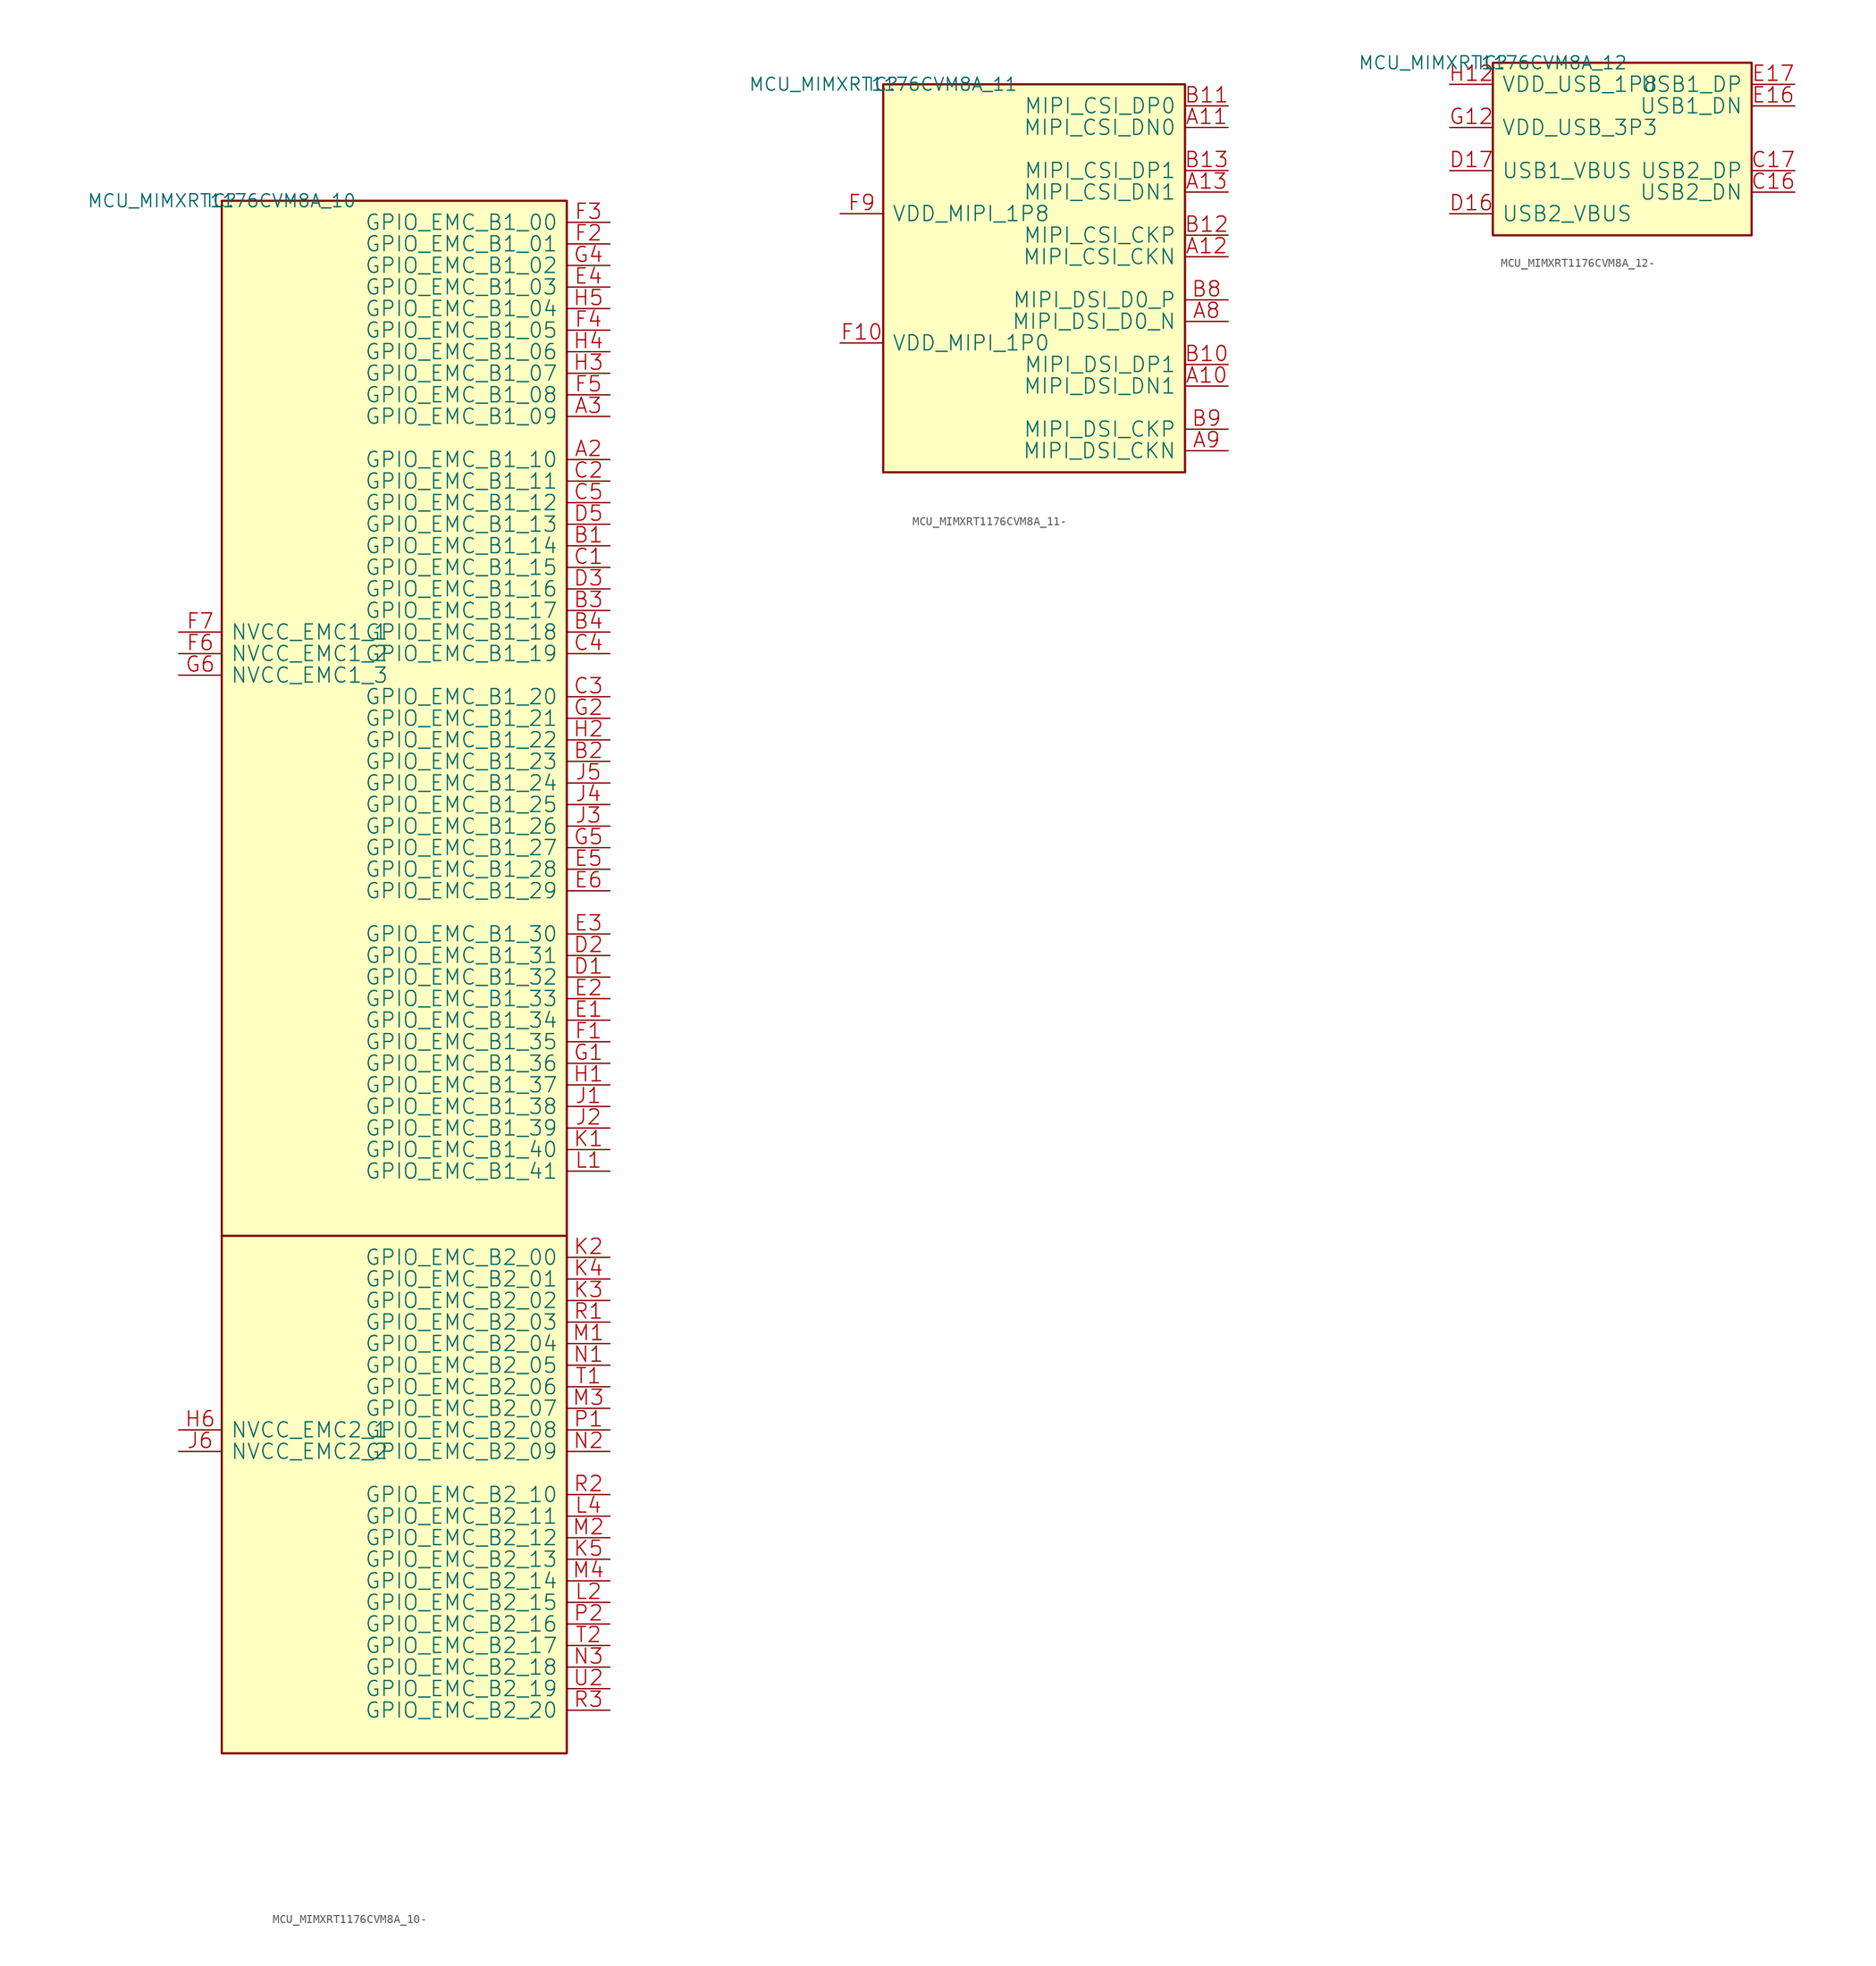
<source format=kicad_sym>
(kicad_symbol_lib
  (version 20231120)
  (generator "kicad_symbol_editor")
  (generator_version "8.0")
  (symbol "MCU_MIMXRT1176CVM8A_10-"
    (pin_names
      (offset 1.016))
    (property "Reference" "IC"
      (at 0 0 0)
      (effects (font (size 1.524 1.524))))
    (property "Value" "MCU_MIMXRT1176CVM8A_10"
      (at 0 0 0)
      (effects (font (size 1.524 1.524))))
    (property "Footprint" ""
      (at 0 0 0)
      (effects (font (size 1.524 1.524))))
    (property "Datasheet" ""
      (at 0 0 0)
      (effects (font (size 1.524 1.524))))
    (symbol "MCU_MIMXRT1176CVM8A_10-_0_1"
      (rectangle (start 0 -182.88) (end 40.64 0) (stroke (width 0.254) (type solid)) (fill (type background)))
      (polyline (pts (xy 40.64 -121.92) (xy 0 -121.92)) (stroke (width 0.254) (type solid)) (fill (type none)))
      (pin bidirectional line (at 45.72 -30.48 180) (length 5.08) (name "GPIO_EMC_B1_10" (effects (font (size 1.778 1.778)))) (number "A2" (effects (font (size 1.778 1.778)))))
      (pin bidirectional line (at 45.72 -25.4 180) (length 5.08) (name "GPIO_EMC_B1_09" (effects (font (size 1.778 1.778)))) (number "A3" (effects (font (size 1.778 1.778)))))
      (pin bidirectional line (at 45.72 -40.64 180) (length 5.08) (name "GPIO_EMC_B1_14" (effects (font (size 1.778 1.778)))) (number "B1" (effects (font (size 1.778 1.778)))))
      (pin bidirectional line (at 45.72 -66.04 180) (length 5.08) (name "GPIO_EMC_B1_23" (effects (font (size 1.778 1.778)))) (number "B2" (effects (font (size 1.778 1.778)))))
      (pin bidirectional line (at 45.72 -48.26 180) (length 5.08) (name "GPIO_EMC_B1_17" (effects (font (size 1.778 1.778)))) (number "B3" (effects (font (size 1.778 1.778)))))
      (pin bidirectional line (at 45.72 -50.8 180) (length 5.08) (name "GPIO_EMC_B1_18" (effects (font (size 1.778 1.778)))) (number "B4" (effects (font (size 1.778 1.778)))))
      (pin bidirectional line (at 45.72 -43.18 180) (length 5.08) (name "GPIO_EMC_B1_15" (effects (font (size 1.778 1.778)))) (number "C1" (effects (font (size 1.778 1.778)))))
      (pin bidirectional line (at 45.72 -33.02 180) (length 5.08) (name "GPIO_EMC_B1_11" (effects (font (size 1.778 1.778)))) (number "C2" (effects (font (size 1.778 1.778)))))
      (pin bidirectional line (at 45.72 -58.42 180) (length 5.08) (name "GPIO_EMC_B1_20" (effects (font (size 1.778 1.778)))) (number "C3" (effects (font (size 1.778 1.778)))))
      (pin bidirectional line (at 45.72 -53.34 180) (length 5.08) (name "GPIO_EMC_B1_19" (effects (font (size 1.778 1.778)))) (number "C4" (effects (font (size 1.778 1.778)))))
      (pin bidirectional line (at 45.72 -35.56 180) (length 5.08) (name "GPIO_EMC_B1_12" (effects (font (size 1.778 1.778)))) (number "C5" (effects (font (size 1.778 1.778)))))
      (pin bidirectional line (at 45.72 -91.44 180) (length 5.08) (name "GPIO_EMC_B1_32" (effects (font (size 1.778 1.778)))) (number "D1" (effects (font (size 1.778 1.778)))))
      (pin bidirectional line (at 45.72 -88.9 180) (length 5.08) (name "GPIO_EMC_B1_31" (effects (font (size 1.778 1.778)))) (number "D2" (effects (font (size 1.778 1.778)))))
      (pin bidirectional line (at 45.72 -45.72 180) (length 5.08) (name "GPIO_EMC_B1_16" (effects (font (size 1.778 1.778)))) (number "D3" (effects (font (size 1.778 1.778)))))
      (pin bidirectional line (at 45.72 -38.1 180) (length 5.08) (name "GPIO_EMC_B1_13" (effects (font (size 1.778 1.778)))) (number "D5" (effects (font (size 1.778 1.778)))))
      (pin bidirectional line (at 45.72 -96.52 180) (length 5.08) (name "GPIO_EMC_B1_34" (effects (font (size 1.778 1.778)))) (number "E1" (effects (font (size 1.778 1.778)))))
      (pin bidirectional line (at 45.72 -93.98 180) (length 5.08) (name "GPIO_EMC_B1_33" (effects (font (size 1.778 1.778)))) (number "E2" (effects (font (size 1.778 1.778)))))
      (pin bidirectional line (at 45.72 -86.36 180) (length 5.08) (name "GPIO_EMC_B1_30" (effects (font (size 1.778 1.778)))) (number "E3" (effects (font (size 1.778 1.778)))))
      (pin bidirectional line (at 45.72 -10.16 180) (length 5.08) (name "GPIO_EMC_B1_03" (effects (font (size 1.778 1.778)))) (number "E4" (effects (font (size 1.778 1.778)))))
      (pin bidirectional line (at 45.72 -78.74 180) (length 5.08) (name "GPIO_EMC_B1_28" (effects (font (size 1.778 1.778)))) (number "E5" (effects (font (size 1.778 1.778)))))
      (pin bidirectional line (at 45.72 -81.28 180) (length 5.08) (name "GPIO_EMC_B1_29" (effects (font (size 1.778 1.778)))) (number "E6" (effects (font (size 1.778 1.778)))))
      (pin bidirectional line (at 45.72 -99.06 180) (length 5.08) (name "GPIO_EMC_B1_35" (effects (font (size 1.778 1.778)))) (number "F1" (effects (font (size 1.778 1.778)))))
      (pin bidirectional line (at 45.72 -5.08 180) (length 5.08) (name "GPIO_EMC_B1_01" (effects (font (size 1.778 1.778)))) (number "F2" (effects (font (size 1.778 1.778)))))
      (pin bidirectional line (at 45.72 -2.54 180) (length 5.08) (name "GPIO_EMC_B1_00" (effects (font (size 1.778 1.778)))) (number "F3" (effects (font (size 1.778 1.778)))))
      (pin bidirectional line (at 45.72 -15.24 180) (length 5.08) (name "GPIO_EMC_B1_05" (effects (font (size 1.778 1.778)))) (number "F4" (effects (font (size 1.778 1.778)))))
      (pin bidirectional line (at 45.72 -22.86 180) (length 5.08) (name "GPIO_EMC_B1_08" (effects (font (size 1.778 1.778)))) (number "F5" (effects (font (size 1.778 1.778)))))
      (pin power_in line (at -5.08 -53.34 0) (length 5.08) (name "NVCC_EMC1_2" (effects (font (size 1.778 1.778)))) (number "F6" (effects (font (size 1.778 1.778)))))
      (pin power_in line (at -5.08 -50.8 0) (length 5.08) (name "NVCC_EMC1_1" (effects (font (size 1.778 1.778)))) (number "F7" (effects (font (size 1.778 1.778)))))
      (pin bidirectional line (at 45.72 -101.6 180) (length 5.08) (name "GPIO_EMC_B1_36" (effects (font (size 1.778 1.778)))) (number "G1" (effects (font (size 1.778 1.778)))))
      (pin bidirectional line (at 45.72 -60.96 180) (length 5.08) (name "GPIO_EMC_B1_21" (effects (font (size 1.778 1.778)))) (number "G2" (effects (font (size 1.778 1.778)))))
      (pin bidirectional line (at 45.72 -7.62 180) (length 5.08) (name "GPIO_EMC_B1_02" (effects (font (size 1.778 1.778)))) (number "G4" (effects (font (size 1.778 1.778)))))
      (pin bidirectional line (at 45.72 -76.2 180) (length 5.08) (name "GPIO_EMC_B1_27" (effects (font (size 1.778 1.778)))) (number "G5" (effects (font (size 1.778 1.778)))))
      (pin power_in line (at -5.08 -55.88 0) (length 5.08) (name "NVCC_EMC1_3" (effects (font (size 1.778 1.778)))) (number "G6" (effects (font (size 1.778 1.778)))))
      (pin bidirectional line (at 45.72 -104.14 180) (length 5.08) (name "GPIO_EMC_B1_37" (effects (font (size 1.778 1.778)))) (number "H1" (effects (font (size 1.778 1.778)))))
      (pin bidirectional line (at 45.72 -63.5 180) (length 5.08) (name "GPIO_EMC_B1_22" (effects (font (size 1.778 1.778)))) (number "H2" (effects (font (size 1.778 1.778)))))
      (pin bidirectional line (at 45.72 -20.32 180) (length 5.08) (name "GPIO_EMC_B1_07" (effects (font (size 1.778 1.778)))) (number "H3" (effects (font (size 1.778 1.778)))))
      (pin bidirectional line (at 45.72 -17.78 180) (length 5.08) (name "GPIO_EMC_B1_06" (effects (font (size 1.778 1.778)))) (number "H4" (effects (font (size 1.778 1.778)))))
      (pin bidirectional line (at 45.72 -12.7 180) (length 5.08) (name "GPIO_EMC_B1_04" (effects (font (size 1.778 1.778)))) (number "H5" (effects (font (size 1.778 1.778)))))
      (pin power_in line (at -5.08 -144.78 0) (length 5.08) (name "NVCC_EMC2_1" (effects (font (size 1.778 1.778)))) (number "H6" (effects (font (size 1.778 1.778)))))
      (pin bidirectional line (at 45.72 -106.68 180) (length 5.08) (name "GPIO_EMC_B1_38" (effects (font (size 1.778 1.778)))) (number "J1" (effects (font (size 1.778 1.778)))))
      (pin bidirectional line (at 45.72 -109.22 180) (length 5.08) (name "GPIO_EMC_B1_39" (effects (font (size 1.778 1.778)))) (number "J2" (effects (font (size 1.778 1.778)))))
      (pin bidirectional line (at 45.72 -73.66 180) (length 5.08) (name "GPIO_EMC_B1_26" (effects (font (size 1.778 1.778)))) (number "J3" (effects (font (size 1.778 1.778)))))
      (pin bidirectional line (at 45.72 -71.12 180) (length 5.08) (name "GPIO_EMC_B1_25" (effects (font (size 1.778 1.778)))) (number "J4" (effects (font (size 1.778 1.778)))))
      (pin bidirectional line (at 45.72 -68.58 180) (length 5.08) (name "GPIO_EMC_B1_24" (effects (font (size 1.778 1.778)))) (number "J5" (effects (font (size 1.778 1.778)))))
      (pin power_in line (at -5.08 -147.32 0) (length 5.08) (name "NVCC_EMC2_2" (effects (font (size 1.778 1.778)))) (number "J6" (effects (font (size 1.778 1.778)))))
      (pin bidirectional line (at 45.72 -111.76 180) (length 5.08) (name "GPIO_EMC_B1_40" (effects (font (size 1.778 1.778)))) (number "K1" (effects (font (size 1.778 1.778)))))
      (pin bidirectional line (at 45.72 -124.46 180) (length 5.08) (name "GPIO_EMC_B2_00" (effects (font (size 1.778 1.778)))) (number "K2" (effects (font (size 1.778 1.778)))))
      (pin bidirectional line (at 45.72 -129.54 180) (length 5.08) (name "GPIO_EMC_B2_02" (effects (font (size 1.778 1.778)))) (number "K3" (effects (font (size 1.778 1.778)))))
      (pin bidirectional line (at 45.72 -127 180) (length 5.08) (name "GPIO_EMC_B2_01" (effects (font (size 1.778 1.778)))) (number "K4" (effects (font (size 1.778 1.778)))))
      (pin bidirectional line (at 45.72 -160.02 180) (length 5.08) (name "GPIO_EMC_B2_13" (effects (font (size 1.778 1.778)))) (number "K5" (effects (font (size 1.778 1.778)))))
      (pin bidirectional line (at 45.72 -114.3 180) (length 5.08) (name "GPIO_EMC_B1_41" (effects (font (size 1.778 1.778)))) (number "L1" (effects (font (size 1.778 1.778)))))
      (pin bidirectional line (at 45.72 -165.1 180) (length 5.08) (name "GPIO_EMC_B2_15" (effects (font (size 1.778 1.778)))) (number "L2" (effects (font (size 1.778 1.778)))))
      (pin bidirectional line (at 45.72 -154.94 180) (length 5.08) (name "GPIO_EMC_B2_11" (effects (font (size 1.778 1.778)))) (number "L4" (effects (font (size 1.778 1.778)))))
      (pin bidirectional line (at 45.72 -134.62 180) (length 5.08) (name "GPIO_EMC_B2_04" (effects (font (size 1.778 1.778)))) (number "M1" (effects (font (size 1.778 1.778)))))
      (pin bidirectional line (at 45.72 -157.48 180) (length 5.08) (name "GPIO_EMC_B2_12" (effects (font (size 1.778 1.778)))) (number "M2" (effects (font (size 1.778 1.778)))))
      (pin bidirectional line (at 45.72 -142.24 180) (length 5.08) (name "GPIO_EMC_B2_07" (effects (font (size 1.778 1.778)))) (number "M3" (effects (font (size 1.778 1.778)))))
      (pin bidirectional line (at 45.72 -162.56 180) (length 5.08) (name "GPIO_EMC_B2_14" (effects (font (size 1.778 1.778)))) (number "M4" (effects (font (size 1.778 1.778)))))
      (pin bidirectional line (at 45.72 -137.16 180) (length 5.08) (name "GPIO_EMC_B2_05" (effects (font (size 1.778 1.778)))) (number "N1" (effects (font (size 1.778 1.778)))))
      (pin bidirectional line (at 45.72 -147.32 180) (length 5.08) (name "GPIO_EMC_B2_09" (effects (font (size 1.778 1.778)))) (number "N2" (effects (font (size 1.778 1.778)))))
      (pin bidirectional line (at 45.72 -172.72 180) (length 5.08) (name "GPIO_EMC_B2_18" (effects (font (size 1.778 1.778)))) (number "N3" (effects (font (size 1.778 1.778)))))
      (pin bidirectional line (at 45.72 -144.78 180) (length 5.08) (name "GPIO_EMC_B2_08" (effects (font (size 1.778 1.778)))) (number "P1" (effects (font (size 1.778 1.778)))))
      (pin bidirectional line (at 45.72 -167.64 180) (length 5.08) (name "GPIO_EMC_B2_16" (effects (font (size 1.778 1.778)))) (number "P2" (effects (font (size 1.778 1.778)))))
      (pin bidirectional line (at 45.72 -132.08 180) (length 5.08) (name "GPIO_EMC_B2_03" (effects (font (size 1.778 1.778)))) (number "R1" (effects (font (size 1.778 1.778)))))
      (pin bidirectional line (at 45.72 -152.4 180) (length 5.08) (name "GPIO_EMC_B2_10" (effects (font (size 1.778 1.778)))) (number "R2" (effects (font (size 1.778 1.778)))))
      (pin bidirectional line (at 45.72 -177.8 180) (length 5.08) (name "GPIO_EMC_B2_20" (effects (font (size 1.778 1.778)))) (number "R3" (effects (font (size 1.778 1.778)))))
      (pin bidirectional line (at 45.72 -139.7 180) (length 5.08) (name "GPIO_EMC_B2_06" (effects (font (size 1.778 1.778)))) (number "T1" (effects (font (size 1.778 1.778)))))
      (pin bidirectional line (at 45.72 -170.18 180) (length 5.08) (name "GPIO_EMC_B2_17" (effects (font (size 1.778 1.778)))) (number "T2" (effects (font (size 1.778 1.778)))))
      (pin bidirectional line (at 45.72 -175.26 180) (length 5.08) (name "GPIO_EMC_B2_19" (effects (font (size 1.778 1.778)))) (number "U2" (effects (font (size 1.778 1.778)))))))
  (symbol "MCU_MIMXRT1176CVM8A_11-"
    (pin_names
      (offset 1.016))
    (property "Reference" "IC"
      (at 0 0 0)
      (effects (font (size 1.524 1.524))))
    (property "Value" "MCU_MIMXRT1176CVM8A_11"
      (at 0 0 0)
      (effects (font (size 1.524 1.524))))
    (property "Footprint" ""
      (at 0 0 0)
      (effects (font (size 1.524 1.524))))
    (property "Datasheet" ""
      (at 0 0 0)
      (effects (font (size 1.524 1.524))))
    (symbol "MCU_MIMXRT1176CVM8A_11-_0_1"
      (rectangle (start 0 -45.72) (end 35.56 0) (stroke (width 0.254) (type solid)) (fill (type background)))
      (pin passive line (at 40.64 -35.56 180) (length 5.08) (name "MIPI_DSI_DN1" (effects (font (size 1.778 1.778)))) (number "A10" (effects (font (size 1.778 1.778)))))
      (pin input line (at 40.64 -5.08 180) (length 5.08) (name "MIPI_CSI_DN0" (effects (font (size 1.778 1.778)))) (number "A11" (effects (font (size 1.778 1.778)))))
      (pin passive line (at 40.64 -20.32 180) (length 5.08) (name "MIPI_CSI_CKN" (effects (font (size 1.778 1.778)))) (number "A12" (effects (font (size 1.778 1.778)))))
      (pin input line (at 40.64 -12.7 180) (length 5.08) (name "MIPI_CSI_DN1" (effects (font (size 1.778 1.778)))) (number "A13" (effects (font (size 1.778 1.778)))))
      (pin passive line (at 40.64 -27.94 180) (length 5.08) (name "MIPI_DSI_D0_N" (effects (font (size 1.778 1.778)))) (number "A8" (effects (font (size 1.778 1.778)))))
      (pin passive line (at 40.64 -43.18 180) (length 5.08) (name "MIPI_DSI_CKN" (effects (font (size 1.778 1.778)))) (number "A9" (effects (font (size 1.778 1.778)))))
      (pin passive line (at 40.64 -33.02 180) (length 5.08) (name "MIPI_DSI_DP1" (effects (font (size 1.778 1.778)))) (number "B10" (effects (font (size 1.778 1.778)))))
      (pin input line (at 40.64 -2.54 180) (length 5.08) (name "MIPI_CSI_DP0" (effects (font (size 1.778 1.778)))) (number "B11" (effects (font (size 1.778 1.778)))))
      (pin passive line (at 40.64 -17.78 180) (length 5.08) (name "MIPI_CSI_CKP" (effects (font (size 1.778 1.778)))) (number "B12" (effects (font (size 1.778 1.778)))))
      (pin input line (at 40.64 -10.16 180) (length 5.08) (name "MIPI_CSI_DP1" (effects (font (size 1.778 1.778)))) (number "B13" (effects (font (size 1.778 1.778)))))
      (pin passive line (at 40.64 -25.4 180) (length 5.08) (name "MIPI_DSI_D0_P" (effects (font (size 1.778 1.778)))) (number "B8" (effects (font (size 1.778 1.778)))))
      (pin passive line (at 40.64 -40.64 180) (length 5.08) (name "MIPI_DSI_CKP" (effects (font (size 1.778 1.778)))) (number "B9" (effects (font (size 1.778 1.778)))))
      (pin power_in line (at -5.08 -30.48 0) (length 5.08) (name "VDD_MIPI_1P0" (effects (font (size 1.778 1.778)))) (number "F10" (effects (font (size 1.778 1.778)))))
      (pin power_in line (at -5.08 -15.24 0) (length 5.08) (name "VDD_MIPI_1P8" (effects (font (size 1.778 1.778)))) (number "F9" (effects (font (size 1.778 1.778)))))))
  (symbol "MCU_MIMXRT1176CVM8A_12-"
    (pin_names
      (offset 1.016))
    (property "Reference" "IC"
      (at 0 0 0)
      (effects (font (size 1.524 1.524))))
    (property "Value" "MCU_MIMXRT1176CVM8A_12"
      (at 0 0 0)
      (effects (font (size 1.524 1.524))))
    (property "Footprint" ""
      (at 0 0 0)
      (effects (font (size 1.524 1.524))))
    (property "Datasheet" ""
      (at 0 0 0)
      (effects (font (size 1.524 1.524))))
    (symbol "MCU_MIMXRT1176CVM8A_12-_0_1"
      (rectangle (start 0 -20.32) (end 30.48 0) (stroke (width 0.254) (type solid)) (fill (type background)))
      (pin passive line (at 35.56 -15.24 180) (length 5.08) (name "USB2_DN" (effects (font (size 1.778 1.778)))) (number "C16" (effects (font (size 1.778 1.778)))))
      (pin passive line (at 35.56 -12.7 180) (length 5.08) (name "USB2_DP" (effects (font (size 1.778 1.778)))) (number "C17" (effects (font (size 1.778 1.778)))))
      (pin passive line (at -5.08 -17.78 0) (length 5.08) (name "USB2_VBUS" (effects (font (size 1.778 1.778)))) (number "D16" (effects (font (size 1.778 1.778)))))
      (pin passive line (at -5.08 -12.7 0) (length 5.08) (name "USB1_VBUS" (effects (font (size 1.778 1.778)))) (number "D17" (effects (font (size 1.778 1.778)))))
      (pin passive line (at 35.56 -5.08 180) (length 5.08) (name "USB1_DN" (effects (font (size 1.778 1.778)))) (number "E16" (effects (font (size 1.778 1.778)))))
      (pin passive line (at 35.56 -2.54 180) (length 5.08) (name "USB1_DP" (effects (font (size 1.778 1.778)))) (number "E17" (effects (font (size 1.778 1.778)))))
      (pin power_in line (at -5.08 -7.62 0) (length 5.08) (name "VDD_USB_3P3" (effects (font (size 1.778 1.778)))) (number "G12" (effects (font (size 1.778 1.778)))))
      (pin power_in line (at -5.08 -2.54 0) (length 5.08) (name "VDD_USB_1P8" (effects (font (size 1.778 1.778)))) (number "H12" (effects (font (size 1.778 1.778))))))))
</source>
